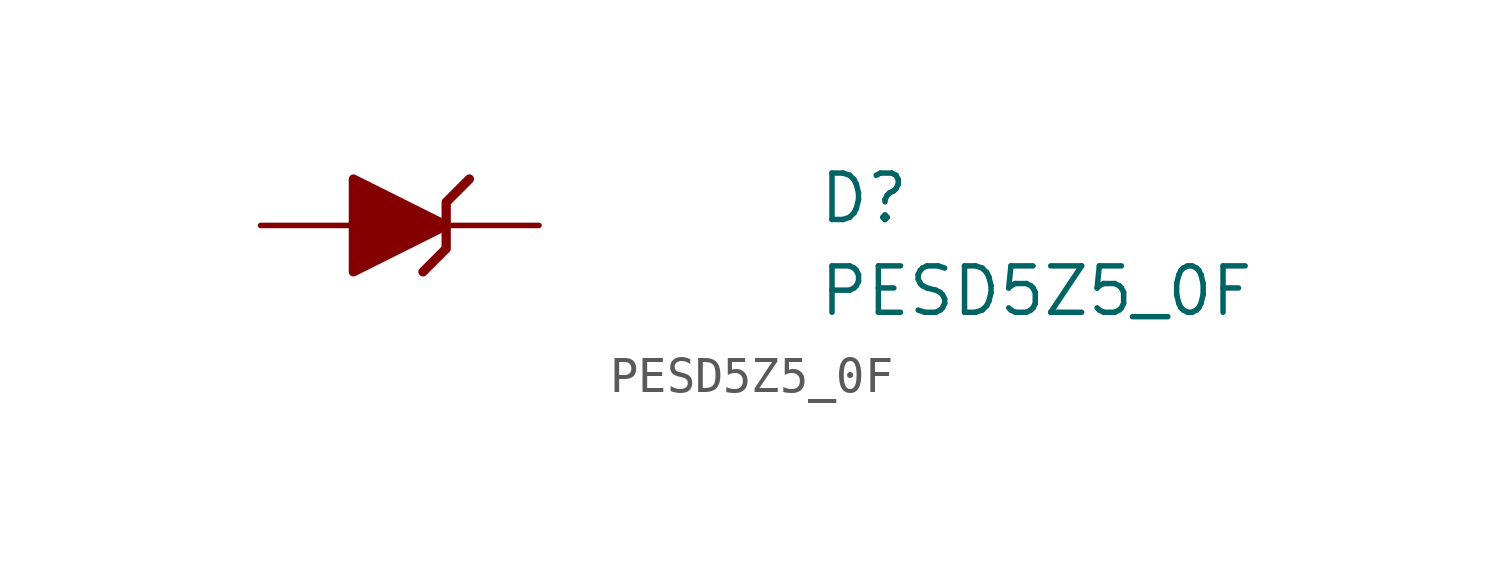
<source format=kicad_sym>
(kicad_symbol_lib
  (version 20211014)
  (generator kicad_symbol_editor)
  (symbol "PESD5Z5_0F"
    (pin_numbers hide)
    (pin_names hide)
    (property "Reference" "D"
      (at 15.24 0 0)
      (effects (font (size 1.27 1.27) (thickness 0.15)) (justify left bottom)))
    (property "Value" "PESD5Z5_0F"
      (at 15.24 -2.54 0)
      (effects (font (size 1.27 1.27) (thickness 0.15)) (justify left bottom)))
    (symbol "PESD5Z5_0F_0_1"
      (polyline (pts (xy 5.715 1.27) (xy 5.08 0.635) (xy 5.08 -0.635) (xy 4.445 -1.27)) (stroke (width 0.254) (type default) (color 0 0 0 0)) (fill (type none))))
    (symbol "PESD5Z5_0F_1_1"
      (polyline (pts (xy 2.54 1.27) (xy 2.54 -1.27) (xy 5.08 0) (xy 2.54 1.27)) (stroke (width 0.254) (type default) (color 0 0 0 0)) (fill (type outline)))
      (pin passive line (at 7.62 0 180) (length 2.54) (name "1" (effects (font (size 1.27 1.27)))) (number "1" (effects (font (size 1.27 1.27)))))
      (pin passive line (at 0 0 0) (length 2.54) (name "2" (effects (font (size 1.27 1.27)))) (number "2" (effects (font (size 1.27 1.27))))))))
</source>
